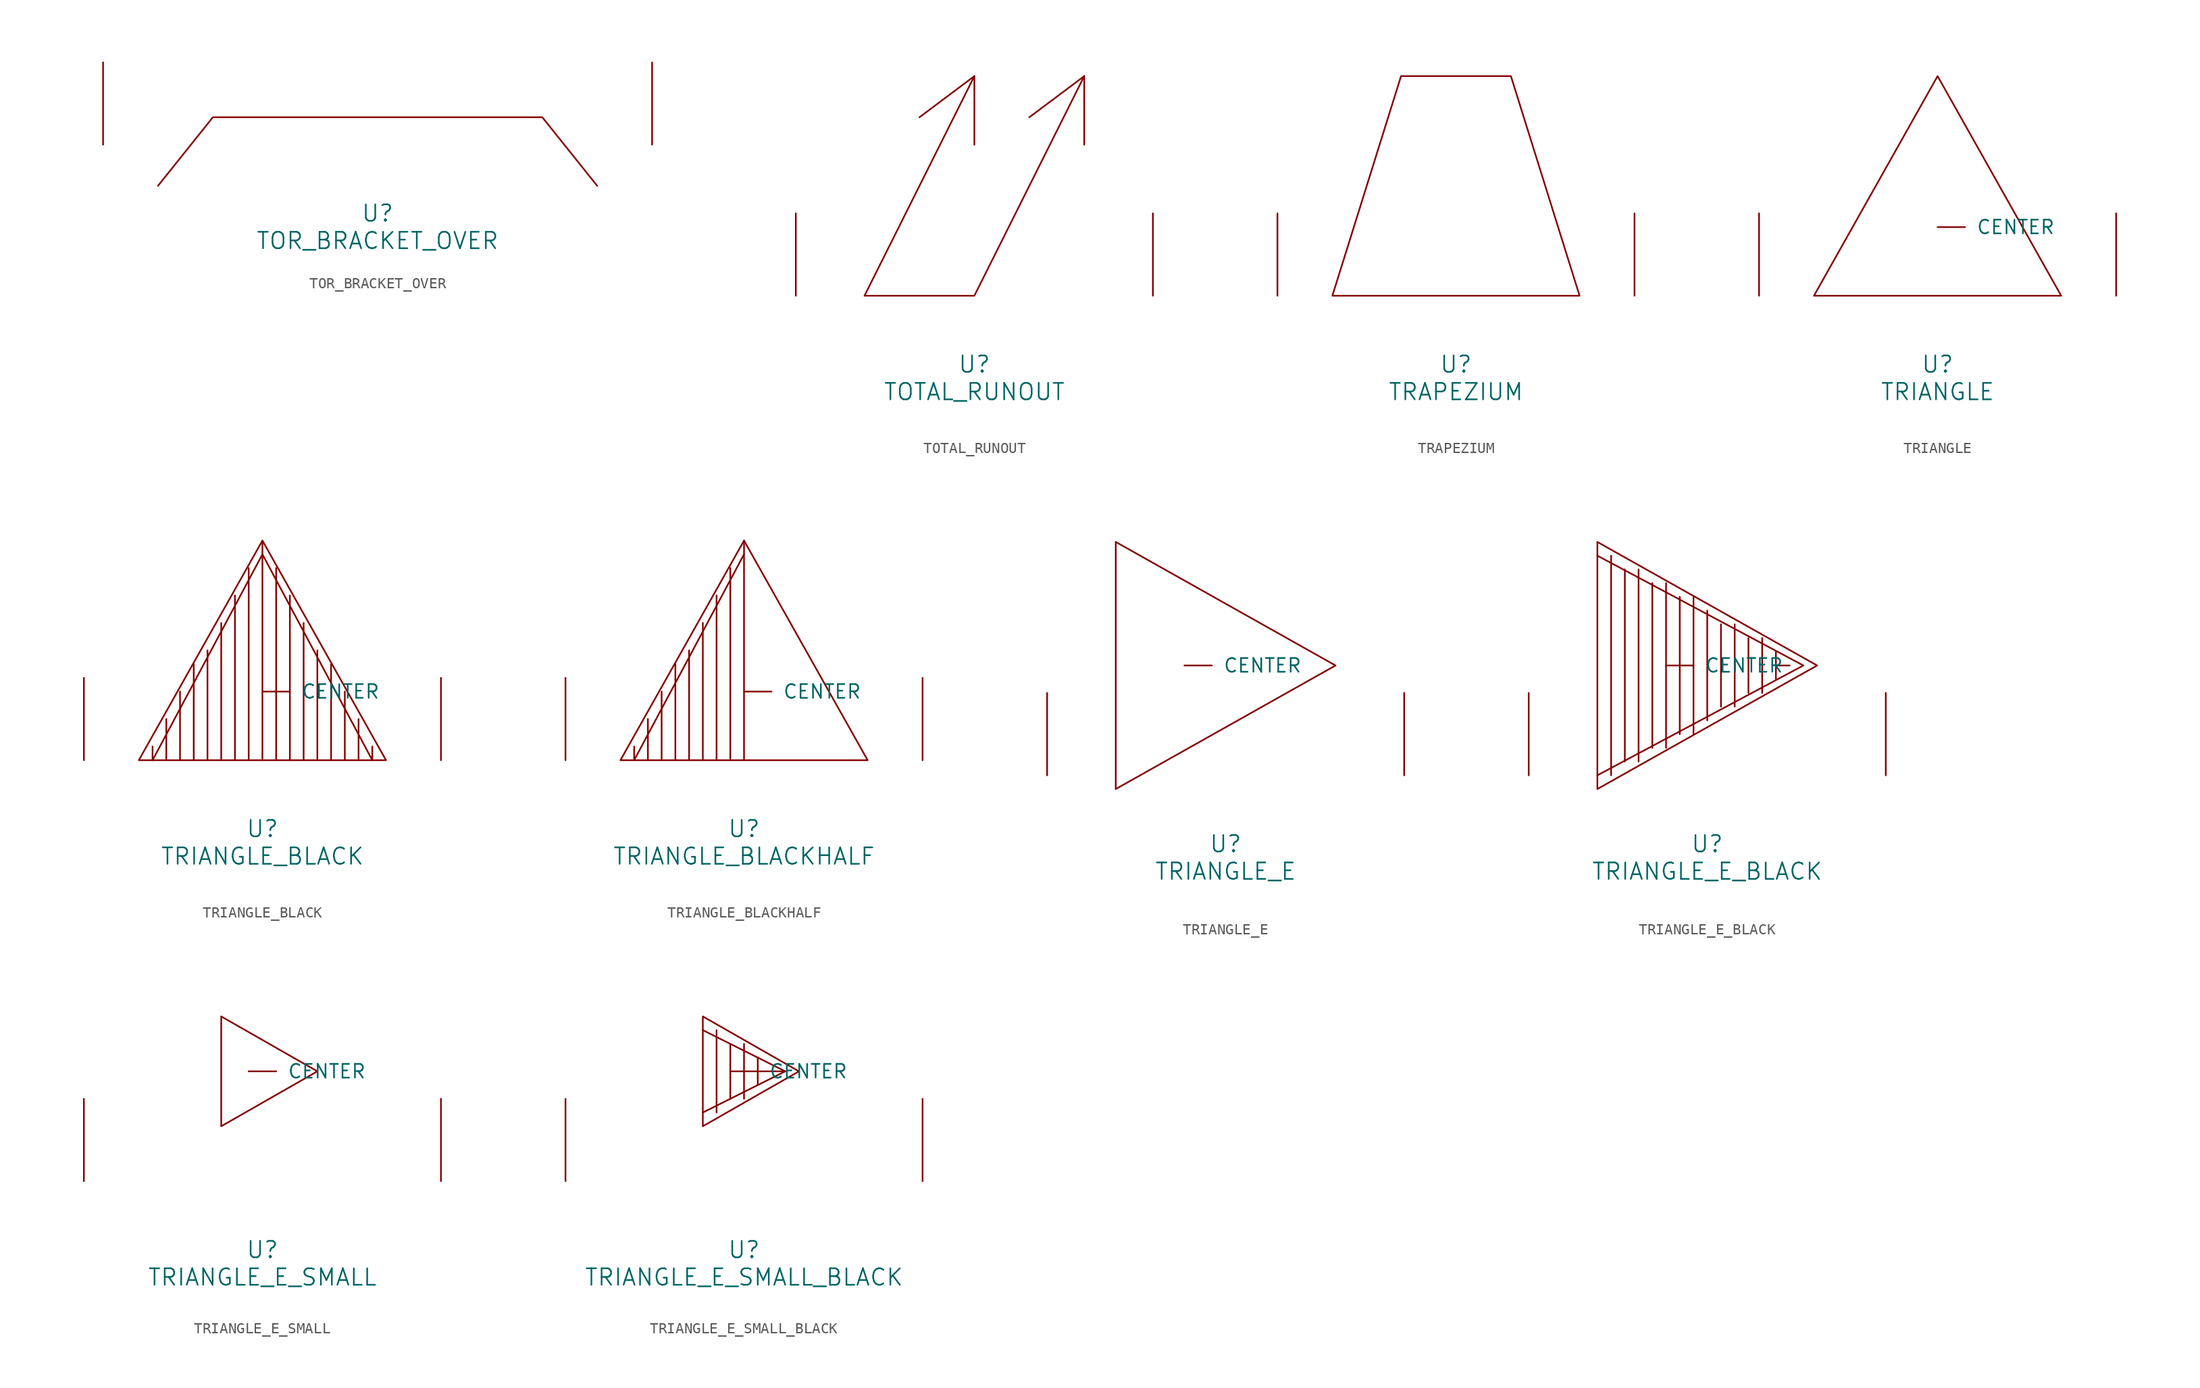
<source format=kicad_sym>
(kicad_symbol_lib
  (version 20220914)
  (generator font_lib2sym)
  (symbol "TOR_BRACKET_OVER"
    (pin_names
      (offset 1.016))
    (property "Reference" "U"
      (at 0 -6.35 0)
      (effects (font (size 1.524 1.524))))
    (property "Value" "TOR_BRACKET_OVER"
      (at 0 -8.89 0)
      (effects (font (size 1.524 1.524))))
    (symbol "TOR_BRACKET_OVER_0_1"
      (polyline (pts (xy -20.32 -3.81) (xy -15.24 2.54) (xy 15.24 2.54) (xy 20.32 -3.81)) (stroke (width 0) (type solid)) (fill (type none)))
      (pin input line (at -25.4 0 90) (length 7.62) (name "~" (effects (font (size 1.27 1.27)))) (number "~" (effects (font (size 1.27 1.27)))))
      (pin input line (at 25.4 0 90) (length 7.62) (name "~" (effects (font (size 1.27 1.27)))) (number "~" (effects (font (size 1.27 1.27)))))))
  (symbol "TOTAL_RUNOUT"
    (pin_names
      (offset 1.016))
    (property "Reference" "U"
      (at 0 -6.35 0)
      (effects (font (size 1.524 1.524))))
    (property "Value" "TOTAL_RUNOUT"
      (at 0 -8.89 0)
      (effects (font (size 1.524 1.524))))
    (symbol "TOTAL_RUNOUT_0_1"
      (polyline (pts (xy 0 13.97) (xy 0 20.32) (xy -5.08 16.51)) (stroke (width 0) (type solid)) (fill (type none)))
      (polyline (pts (xy 10.16 13.97) (xy 10.16 20.32) (xy 5.08 16.51)) (stroke (width 0) (type solid)) (fill (type none)))
      (polyline (pts (xy 0 20.32) (xy -10.16 0) (xy 0 0) (xy 10.16 20.32)) (stroke (width 0) (type solid)) (fill (type none)))
      (pin input line (at -16.51 0 90) (length 7.62) (name "~" (effects (font (size 1.27 1.27)))) (number "~" (effects (font (size 1.27 1.27)))))
      (pin input line (at 16.51 0 90) (length 7.62) (name "~" (effects (font (size 1.27 1.27)))) (number "~" (effects (font (size 1.27 1.27)))))))
  (symbol "TRAPEZIUM"
    (pin_names
      (offset 1.016))
    (property "Reference" "U"
      (at 0 -6.35 0)
      (effects (font (size 1.524 1.524))))
    (property "Value" "TRAPEZIUM"
      (at 0 -8.89 0)
      (effects (font (size 1.524 1.524))))
    (symbol "TRAPEZIUM_0_1"
      (polyline (pts (xy -11.43 0) (xy -5.08 20.32) (xy 5.08 20.32) (xy 11.43 0) (xy -11.43 0)) (stroke (width 0) (type solid)) (fill (type none)))
      (pin input line (at -16.51 0 90) (length 7.62) (name "~" (effects (font (size 1.27 1.27)))) (number "~" (effects (font (size 1.27 1.27)))))
      (pin input line (at 16.51 0 90) (length 7.62) (name "~" (effects (font (size 1.27 1.27)))) (number "~" (effects (font (size 1.27 1.27)))))))
  (symbol "TRIANGLE"
    (pin_names
      (offset 1.016))
    (property "Reference" "U"
      (at 0 -6.35 0)
      (effects (font (size 1.524 1.524))))
    (property "Value" "TRIANGLE"
      (at 0 -8.89 0)
      (effects (font (size 1.524 1.524))))
    (symbol "TRIANGLE_0_1"
      (polyline (pts (xy 0 20.32) (xy 11.43 0) (xy -11.43 0) (xy 0 20.32)) (stroke (width 0) (type solid)) (fill (type none)))
      (pin input line (at 0 6.35 0) (length 2.54) (name "CENTER" (effects (font (size 1.27 1.27)))) (number "~" (effects (font (size 1.27 1.27)))))
      (pin input line (at -16.51 0 90) (length 7.62) (name "~" (effects (font (size 1.27 1.27)))) (number "~" (effects (font (size 1.27 1.27)))))
      (pin input line (at 16.51 0 90) (length 7.62) (name "~" (effects (font (size 1.27 1.27)))) (number "~" (effects (font (size 1.27 1.27)))))))
  (symbol "TRIANGLE_BLACK"
    (pin_names
      (offset 1.016))
    (property "Reference" "U"
      (at 0 -6.35 0)
      (effects (font (size 1.524 1.524))))
    (property "Value" "TRIANGLE_BLACK"
      (at 0 -8.89 0)
      (effects (font (size 1.524 1.524))))
    (symbol "TRIANGLE_BLACK_0_1"
      (polyline (pts (xy -10.16 1.27) (xy -10.16 0)) (stroke (width 0) (type solid)) (fill (type none)))
      (polyline (pts (xy -8.89 3.81) (xy -8.89 0)) (stroke (width 0) (type solid)) (fill (type none)))
      (polyline (pts (xy -7.62 6.35) (xy -7.62 0)) (stroke (width 0) (type solid)) (fill (type none)))
      (polyline (pts (xy -6.35 8.89) (xy -6.35 0)) (stroke (width 0) (type solid)) (fill (type none)))
      (polyline (pts (xy -5.08 10.16) (xy -5.08 0)) (stroke (width 0) (type solid)) (fill (type none)))
      (polyline (pts (xy -3.81 12.7) (xy -3.81 0)) (stroke (width 0) (type solid)) (fill (type none)))
      (polyline (pts (xy -2.54 15.24) (xy -2.54 0)) (stroke (width 0) (type solid)) (fill (type none)))
      (polyline (pts (xy -1.27 17.78) (xy -1.27 0)) (stroke (width 0) (type solid)) (fill (type none)))
      (polyline (pts (xy 0 20.32) (xy 0 0)) (stroke (width 0) (type solid)) (fill (type none)))
      (polyline (pts (xy 1.27 17.78) (xy 1.27 0)) (stroke (width 0) (type solid)) (fill (type none)))
      (polyline (pts (xy 2.54 15.24) (xy 2.54 0)) (stroke (width 0) (type solid)) (fill (type none)))
      (polyline (pts (xy 3.81 12.7) (xy 3.81 0)) (stroke (width 0) (type solid)) (fill (type none)))
      (polyline (pts (xy 5.08 10.16) (xy 5.08 0)) (stroke (width 0) (type solid)) (fill (type none)))
      (polyline (pts (xy 6.35 8.89) (xy 6.35 0)) (stroke (width 0) (type solid)) (fill (type none)))
      (polyline (pts (xy 7.62 6.35) (xy 7.62 0)) (stroke (width 0) (type solid)) (fill (type none)))
      (polyline (pts (xy 8.89 3.81) (xy 8.89 0)) (stroke (width 0) (type solid)) (fill (type none)))
      (polyline (pts (xy 10.16 0) (xy 0 19.05) (xy -10.16 0)) (stroke (width 0) (type solid)) (fill (type none)))
      (polyline (pts (xy 10.16 1.27) (xy 10.16 0) (xy 10.16 0)) (stroke (width 0) (type solid)) (fill (type none)))
      (polyline (pts (xy 0 20.32) (xy 11.43 0) (xy -11.43 0) (xy 0 20.32)) (stroke (width 0) (type solid)) (fill (type none)))
      (pin input line (at 0 6.35 0) (length 2.54) (name "CENTER" (effects (font (size 1.27 1.27)))) (number "~" (effects (font (size 1.27 1.27)))))
      (pin input line (at -16.51 0 90) (length 7.62) (name "~" (effects (font (size 1.27 1.27)))) (number "~" (effects (font (size 1.27 1.27)))))
      (pin input line (at 16.51 0 90) (length 7.62) (name "~" (effects (font (size 1.27 1.27)))) (number "~" (effects (font (size 1.27 1.27)))))))
  (symbol "TRIANGLE_BLACKHALF"
    (pin_names
      (offset 1.016))
    (property "Reference" "U"
      (at 0 -6.35 0)
      (effects (font (size 1.524 1.524))))
    (property "Value" "TRIANGLE_BLACKHALF"
      (at 0 -8.89 0)
      (effects (font (size 1.524 1.524))))
    (symbol "TRIANGLE_BLACKHALF_0_1"
      (polyline (pts (xy -10.16 0) (xy 0 19.05)) (stroke (width 0) (type solid)) (fill (type none)))
      (polyline (pts (xy -10.16 1.27) (xy -10.16 0)) (stroke (width 0) (type solid)) (fill (type none)))
      (polyline (pts (xy -8.89 3.81) (xy -8.89 0)) (stroke (width 0) (type solid)) (fill (type none)))
      (polyline (pts (xy -7.62 6.35) (xy -7.62 0)) (stroke (width 0) (type solid)) (fill (type none)))
      (polyline (pts (xy -6.35 8.89) (xy -6.35 0)) (stroke (width 0) (type solid)) (fill (type none)))
      (polyline (pts (xy -5.08 10.16) (xy -5.08 0)) (stroke (width 0) (type solid)) (fill (type none)))
      (polyline (pts (xy -3.81 12.7) (xy -3.81 0)) (stroke (width 0) (type solid)) (fill (type none)))
      (polyline (pts (xy -2.54 15.24) (xy -2.54 0)) (stroke (width 0) (type solid)) (fill (type none)))
      (polyline (pts (xy -1.27 17.78) (xy -1.27 0)) (stroke (width 0) (type solid)) (fill (type none)))
      (polyline (pts (xy 0 20.32) (xy 0 0)) (stroke (width 0) (type solid)) (fill (type none)))
      (polyline (pts (xy 0 20.32) (xy 11.43 0) (xy -11.43 0) (xy 0 20.32)) (stroke (width 0) (type solid)) (fill (type none)))
      (pin input line (at 0 6.35 0) (length 2.54) (name "CENTER" (effects (font (size 1.27 1.27)))) (number "~" (effects (font (size 1.27 1.27)))))
      (pin input line (at -16.51 0 90) (length 7.62) (name "~" (effects (font (size 1.27 1.27)))) (number "~" (effects (font (size 1.27 1.27)))))
      (pin input line (at 16.51 0 90) (length 7.62) (name "~" (effects (font (size 1.27 1.27)))) (number "~" (effects (font (size 1.27 1.27)))))))
  (symbol "TRIANGLE_E"
    (pin_names
      (offset 1.016))
    (property "Reference" "U"
      (at 0 -6.35 0)
      (effects (font (size 1.524 1.524))))
    (property "Value" "TRIANGLE_E"
      (at 0 -8.89 0)
      (effects (font (size 1.524 1.524))))
    (symbol "TRIANGLE_E_0_1"
      (polyline (pts (xy 10.16 10.16) (xy -10.16 -1.27) (xy -10.16 21.59) (xy 10.16 10.16)) (stroke (width 0) (type solid)) (fill (type none)))
      (pin input line (at -3.81 10.16 0) (length 2.54) (name "CENTER" (effects (font (size 1.27 1.27)))) (number "~" (effects (font (size 1.27 1.27)))))
      (pin input line (at -16.51 0 90) (length 7.62) (name "~" (effects (font (size 1.27 1.27)))) (number "~" (effects (font (size 1.27 1.27)))))
      (pin input line (at 16.51 0 90) (length 7.62) (name "~" (effects (font (size 1.27 1.27)))) (number "~" (effects (font (size 1.27 1.27)))))))
  (symbol "TRIANGLE_E_BLACK"
    (pin_names
      (offset 1.016))
    (property "Reference" "U"
      (at 0 -6.35 0)
      (effects (font (size 1.524 1.524))))
    (property "Value" "TRIANGLE_E_BLACK"
      (at 0 -8.89 0)
      (effects (font (size 1.524 1.524))))
    (symbol "TRIANGLE_E_BLACK_0_1"
      (polyline (pts (xy -8.89 20.32) (xy -8.89 0)) (stroke (width 0) (type solid)) (fill (type none)))
      (polyline (pts (xy -7.62 19.05) (xy -7.62 1.27)) (stroke (width 0) (type solid)) (fill (type none)))
      (polyline (pts (xy -6.35 19.05) (xy -6.35 1.27)) (stroke (width 0) (type solid)) (fill (type none)))
      (polyline (pts (xy -5.08 17.78) (xy -5.08 2.54)) (stroke (width 0) (type solid)) (fill (type none)))
      (polyline (pts (xy -3.81 17.78) (xy -3.81 2.54)) (stroke (width 0) (type solid)) (fill (type none)))
      (polyline (pts (xy -2.54 16.51) (xy -2.54 3.81)) (stroke (width 0) (type solid)) (fill (type none)))
      (polyline (pts (xy -1.27 16.51) (xy -1.27 3.81)) (stroke (width 0) (type solid)) (fill (type none)))
      (polyline (pts (xy 0 15.24) (xy 0 5.08)) (stroke (width 0) (type solid)) (fill (type none)))
      (polyline (pts (xy 1.27 13.97) (xy 1.27 6.35)) (stroke (width 0) (type solid)) (fill (type none)))
      (polyline (pts (xy 2.54 13.97) (xy 2.54 6.35)) (stroke (width 0) (type solid)) (fill (type none)))
      (polyline (pts (xy 3.81 12.7) (xy 3.81 7.62)) (stroke (width 0) (type solid)) (fill (type none)))
      (polyline (pts (xy 5.08 12.7) (xy 5.08 7.62)) (stroke (width 0) (type solid)) (fill (type none)))
      (polyline (pts (xy 6.35 10.16) (xy 7.62 10.16)) (stroke (width 0) (type solid)) (fill (type none)))
      (polyline (pts (xy 6.35 11.43) (xy 6.35 8.89)) (stroke (width 0) (type solid)) (fill (type none)))
      (polyline (pts (xy -10.16 20.32) (xy 8.89 10.16) (xy -10.16 0)) (stroke (width 0) (type solid)) (fill (type none)))
      (polyline (pts (xy 10.16 10.16) (xy -10.16 -1.27) (xy -10.16 21.59) (xy 10.16 10.16)) (stroke (width 0) (type solid)) (fill (type none)))
      (pin input line (at -3.81 10.16 0) (length 2.54) (name "CENTER" (effects (font (size 1.27 1.27)))) (number "~" (effects (font (size 1.27 1.27)))))
      (pin input line (at -16.51 0 90) (length 7.62) (name "~" (effects (font (size 1.27 1.27)))) (number "~" (effects (font (size 1.27 1.27)))))
      (pin input line (at 16.51 0 90) (length 7.62) (name "~" (effects (font (size 1.27 1.27)))) (number "~" (effects (font (size 1.27 1.27)))))))
  (symbol "TRIANGLE_E_SMALL"
    (pin_names
      (offset 1.016))
    (property "Reference" "U"
      (at 0 -6.35 0)
      (effects (font (size 1.524 1.524))))
    (property "Value" "TRIANGLE_E_SMALL"
      (at 0 -8.89 0)
      (effects (font (size 1.524 1.524))))
    (symbol "TRIANGLE_E_SMALL_0_1"
      (polyline (pts (xy 5.08 10.16) (xy -3.81 5.08) (xy -3.81 15.24) (xy 5.08 10.16)) (stroke (width 0) (type solid)) (fill (type none)))
      (pin input line (at -1.27 10.16 0) (length 2.54) (name "CENTER" (effects (font (size 1.27 1.27)))) (number "~" (effects (font (size 1.27 1.27)))))
      (pin input line (at -16.51 0 90) (length 7.62) (name "~" (effects (font (size 1.27 1.27)))) (number "~" (effects (font (size 1.27 1.27)))))
      (pin input line (at 16.51 0 90) (length 7.62) (name "~" (effects (font (size 1.27 1.27)))) (number "~" (effects (font (size 1.27 1.27)))))))
  (symbol "TRIANGLE_E_SMALL_BLACK"
    (pin_names
      (offset 1.016))
    (property "Reference" "U"
      (at 0 -6.35 0)
      (effects (font (size 1.524 1.524))))
    (property "Value" "TRIANGLE_E_SMALL_BLACK"
      (at 0 -8.89 0)
      (effects (font (size 1.524 1.524))))
    (symbol "TRIANGLE_E_SMALL_BLACK_0_1"
      (polyline (pts (xy -2.54 13.97) (xy -2.54 6.35)) (stroke (width 0) (type solid)) (fill (type none)))
      (polyline (pts (xy -1.27 12.7) (xy -1.27 7.62)) (stroke (width 0) (type solid)) (fill (type none)))
      (polyline (pts (xy 0 12.7) (xy 0 7.62)) (stroke (width 0) (type solid)) (fill (type none)))
      (polyline (pts (xy 1.27 10.16) (xy 3.81 10.16)) (stroke (width 0) (type solid)) (fill (type none)))
      (polyline (pts (xy 1.27 11.43) (xy 1.27 8.89)) (stroke (width 0) (type solid)) (fill (type none)))
      (polyline (pts (xy -3.81 13.97) (xy 3.81 10.16) (xy -3.81 6.35)) (stroke (width 0) (type solid)) (fill (type none)))
      (polyline (pts (xy 5.08 10.16) (xy -3.81 5.08) (xy -3.81 15.24) (xy 5.08 10.16)) (stroke (width 0) (type solid)) (fill (type none)))
      (pin input line (at -1.27 10.16 0) (length 2.54) (name "CENTER" (effects (font (size 1.27 1.27)))) (number "~" (effects (font (size 1.27 1.27)))))
      (pin input line (at -16.51 0 90) (length 7.62) (name "~" (effects (font (size 1.27 1.27)))) (number "~" (effects (font (size 1.27 1.27)))))
      (pin input line (at 16.51 0 90) (length 7.62) (name "~" (effects (font (size 1.27 1.27)))) (number "~" (effects (font (size 1.27 1.27))))))))
</source>
